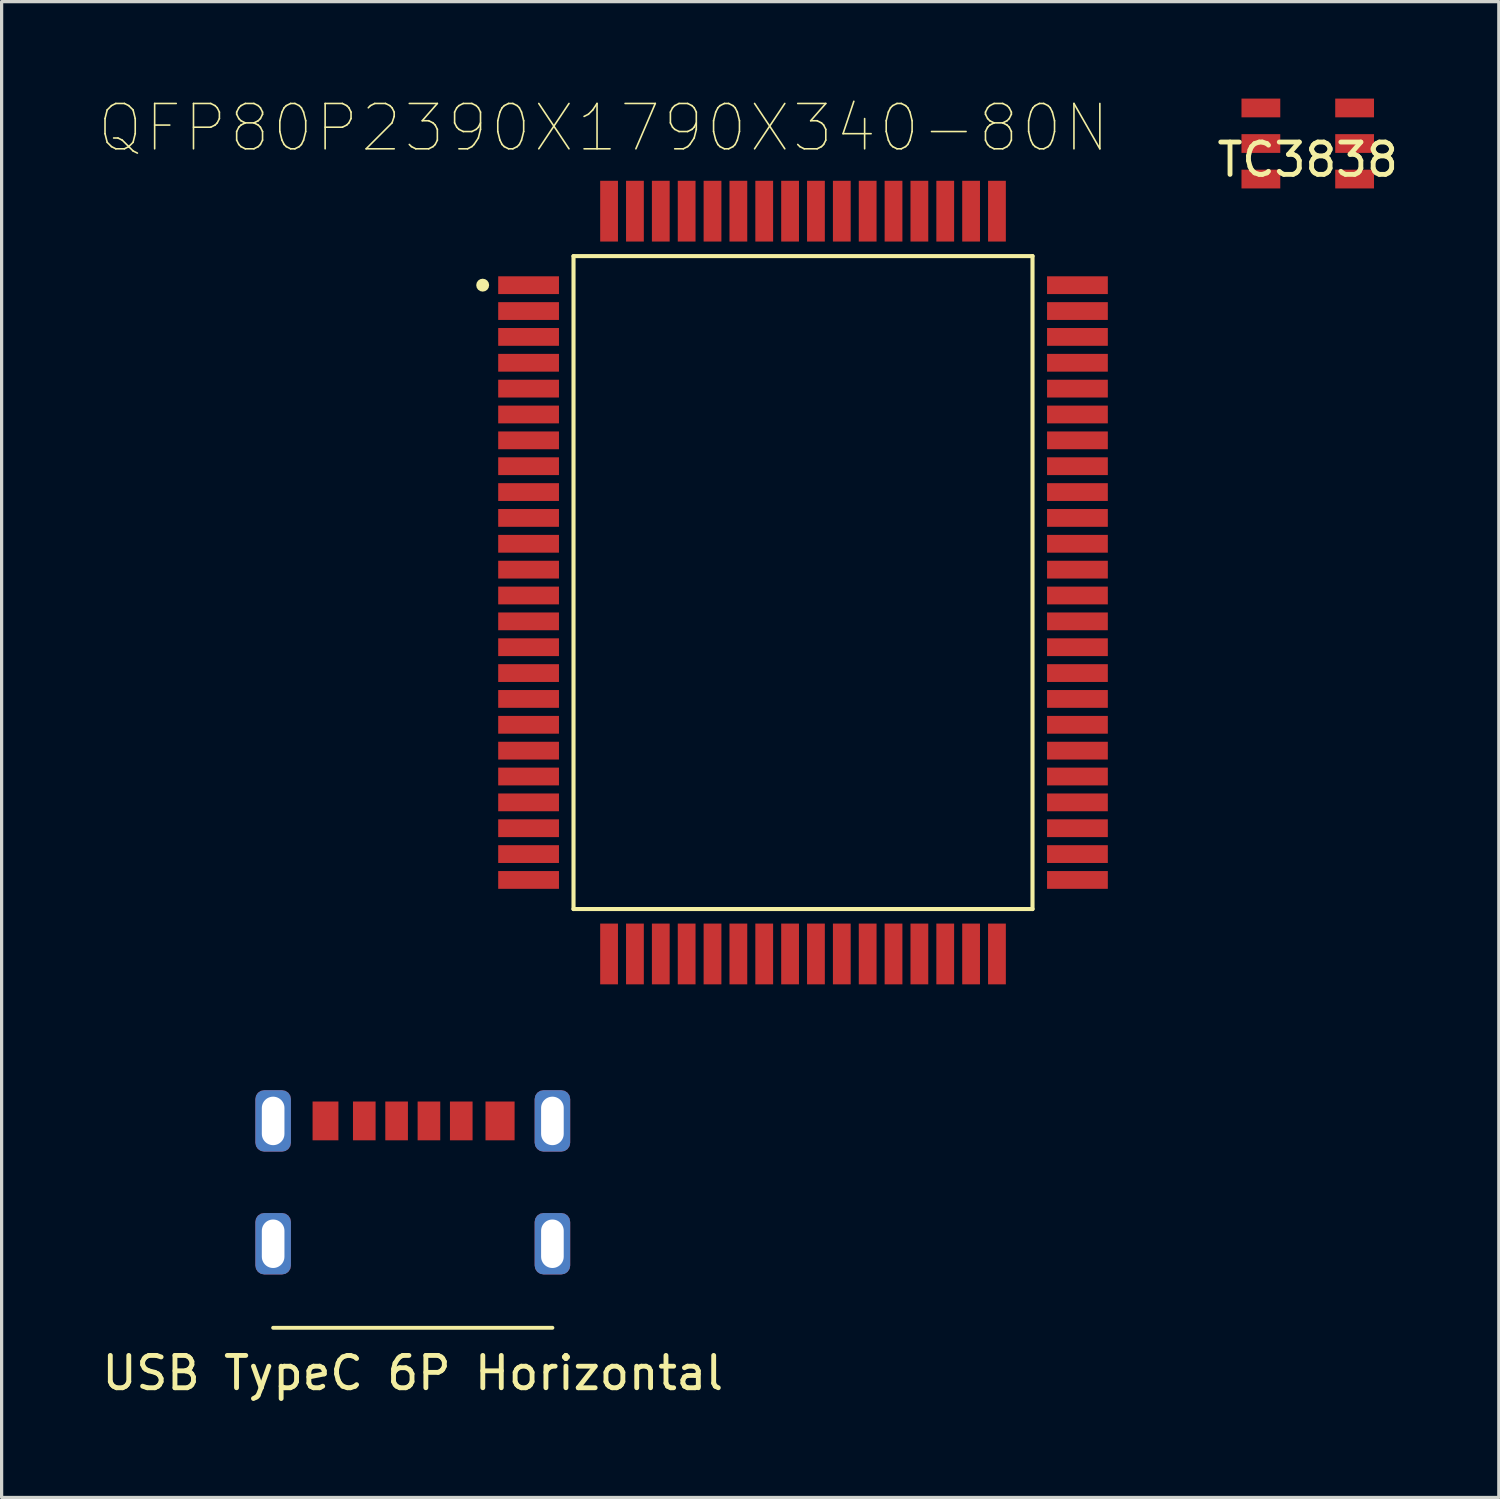
<source format=kicad_pcb>
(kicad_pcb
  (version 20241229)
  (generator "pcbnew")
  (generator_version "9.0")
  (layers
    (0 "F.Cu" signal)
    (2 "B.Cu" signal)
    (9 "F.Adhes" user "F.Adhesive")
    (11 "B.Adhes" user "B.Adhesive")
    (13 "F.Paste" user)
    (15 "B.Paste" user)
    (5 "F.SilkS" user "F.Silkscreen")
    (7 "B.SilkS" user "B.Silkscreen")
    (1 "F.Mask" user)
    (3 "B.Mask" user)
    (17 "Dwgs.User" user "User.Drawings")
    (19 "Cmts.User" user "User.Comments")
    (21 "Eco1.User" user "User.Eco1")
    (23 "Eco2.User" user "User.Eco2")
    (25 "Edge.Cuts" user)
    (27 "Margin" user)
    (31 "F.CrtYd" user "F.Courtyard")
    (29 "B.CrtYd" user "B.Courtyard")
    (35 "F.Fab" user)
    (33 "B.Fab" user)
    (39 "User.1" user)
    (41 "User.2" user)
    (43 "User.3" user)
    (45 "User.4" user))
  (footprint "TC3838"
    (layer "F.Cu")
    (at 37.408 1.39)
    (property "Reference" "TC3838" (at 0 0.5 0) (layer "F.SilkS") (effects (font (size 1 1) (thickness 0.15))))
    (attr through_hole)
    (pad "1" smd rect (at 1.45 1.1) (size 1.2 0.58) (layers "F.Cu" "F.Mask" "F.Paste"))
    (pad "2" smd rect (at 1.45 0) (size 1.2 0.58) (layers "F.Cu" "F.Mask" "F.Paste"))
    (pad "3" smd rect (at 1.45 -1.1) (size 1.2 0.58) (layers "F.Cu" "F.Mask" "F.Paste"))
    (pad "4" smd rect (at -1.45 -1.1) (size 1.2 0.58) (layers "F.Cu" "F.Mask" "F.Paste"))
    (pad "5" smd rect (at -1.45 0) (size 1.2 0.58) (layers "F.Cu" "F.Mask" "F.Paste"))
    (pad "6" smd rect (at -1.45 1.1) (size 1.2 0.58) (layers "F.Cu" "F.Mask" "F.Paste")))
  (footprint "QFP80P2390X1790X340-80N"
    (layer "F.Cu")
    (at 21.793 14.973)
    (property "Reference" "QFP80P2390X1790X340-80N" (at -6.172 -14.066 0) (layer "F.SilkS") (effects (font (size 1.402 1.402) (thickness 0.05))))
    (attr smd)
    (fp_line (start -7.1 -10.1) (end -7.1 10.1) (stroke (width 0.127) (type solid)) (layer "F.SilkS"))
    (fp_line (start -7.1 10.1) (end 7.1 10.1) (stroke (width 0.127) (type solid)) (layer "F.SilkS"))
    (fp_line (start 7.1 -10.1) (end -7.1 -10.1) (stroke (width 0.127) (type solid)) (layer "F.SilkS"))
    (fp_line (start 7.1 10.1) (end 7.1 -10.1) (stroke (width 0.127) (type solid)) (layer "F.SilkS"))
    (fp_circle (center -9.91 -9.201) (end -9.81 -9.201) (stroke (width 0.2) (type solid)) (fill no) (layer "F.SilkS"))
    (fp_line (start -9.68 -12.68) (end -9.68 12.68) (stroke (width 0.05) (type solid)) (layer "Eco1.User"))
    (fp_line (start -9.68 12.68) (end 9.68 12.68) (stroke (width 0.05) (type solid)) (layer "Eco1.User"))
    (fp_line (start 9.68 -12.68) (end -9.68 -12.68) (stroke (width 0.05) (type solid)) (layer "Eco1.User"))
    (fp_line (start 9.68 12.68) (end 9.68 -12.68) (stroke (width 0.05) (type solid)) (layer "Eco1.User"))
    (fp_line (start -7.1 -10.1) (end -7.1 10.1) (stroke (width 0.127) (type solid)) (layer "Eco2.User"))
    (fp_line (start -7.1 10.1) (end 7.1 10.1) (stroke (width 0.127) (type solid)) (layer "Eco2.User"))
    (fp_line (start 7.1 -10.1) (end -7.1 -10.1) (stroke (width 0.127) (type solid)) (layer "Eco2.User"))
    (fp_line (start 7.1 10.1) (end 7.1 -10.1) (stroke (width 0.127) (type solid)) (layer "Eco2.User"))
    (pad "1" smd rect (at -8.49 -9.2 270) (size 0.55 1.88) (layers "F.Cu" "F.Mask" "F.Paste"))
    (pad "2" smd rect (at -8.49 -8.4 270) (size 0.55 1.88) (layers "F.Cu" "F.Mask" "F.Paste"))
    (pad "3" smd rect (at -8.49 -7.6 270) (size 0.55 1.88) (layers "F.Cu" "F.Mask" "F.Paste"))
    (pad "4" smd rect (at -8.49 -6.8 270) (size 0.55 1.88) (layers "F.Cu" "F.Mask" "F.Paste"))
    (pad "5" smd rect (at -8.49 -6 270) (size 0.55 1.88) (layers "F.Cu" "F.Mask" "F.Paste"))
    (pad "6" smd rect (at -8.49 -5.2 270) (size 0.55 1.88) (layers "F.Cu" "F.Mask" "F.Paste"))
    (pad "7" smd rect (at -8.49 -4.4 270) (size 0.55 1.88) (layers "F.Cu" "F.Mask" "F.Paste"))
    (pad "8" smd rect (at -8.49 -3.6 270) (size 0.55 1.88) (layers "F.Cu" "F.Mask" "F.Paste"))
    (pad "9" smd rect (at -8.49 -2.8 270) (size 0.55 1.88) (layers "F.Cu" "F.Mask" "F.Paste"))
    (pad "10" smd rect (at -8.49 -2 270) (size 0.55 1.88) (layers "F.Cu" "F.Mask" "F.Paste"))
    (pad "11" smd rect (at -8.49 -1.2 270) (size 0.55 1.88) (layers "F.Cu" "F.Mask" "F.Paste"))
    (pad "12" smd rect (at -8.49 -0.4 270) (size 0.55 1.88) (layers "F.Cu" "F.Mask" "F.Paste"))
    (pad "13" smd rect (at -8.49 0.4 270) (size 0.55 1.88) (layers "F.Cu" "F.Mask" "F.Paste"))
    (pad "14" smd rect (at -8.49 1.2 270) (size 0.55 1.88) (layers "F.Cu" "F.Mask" "F.Paste"))
    (pad "15" smd rect (at -8.49 2 270) (size 0.55 1.88) (layers "F.Cu" "F.Mask" "F.Paste"))
    (pad "16" smd rect (at -8.49 2.8 270) (size 0.55 1.88) (layers "F.Cu" "F.Mask" "F.Paste"))
    (pad "17" smd rect (at -8.49 3.6 270) (size 0.55 1.88) (layers "F.Cu" "F.Mask" "F.Paste"))
    (pad "18" smd rect (at -8.49 4.4 270) (size 0.55 1.88) (layers "F.Cu" "F.Mask" "F.Paste"))
    (pad "19" smd rect (at -8.49 5.2 270) (size 0.55 1.88) (layers "F.Cu" "F.Mask" "F.Paste"))
    (pad "20" smd rect (at -8.49 6 270) (size 0.55 1.88) (layers "F.Cu" "F.Mask" "F.Paste"))
    (pad "21" smd rect (at -8.49 6.8 270) (size 0.55 1.88) (layers "F.Cu" "F.Mask" "F.Paste"))
    (pad "22" smd rect (at -8.49 7.6 270) (size 0.55 1.88) (layers "F.Cu" "F.Mask" "F.Paste"))
    (pad "23" smd rect (at -8.49 8.4 270) (size 0.55 1.88) (layers "F.Cu" "F.Mask" "F.Paste"))
    (pad "24" smd rect (at -8.49 9.2 270) (size 0.55 1.88) (layers "F.Cu" "F.Mask" "F.Paste"))
    (pad "25" smd rect (at -6 11.49) (size 0.55 1.88) (layers "F.Cu" "F.Mask" "F.Paste"))
    (pad "26" smd rect (at -5.2 11.49) (size 0.55 1.88) (layers "F.Cu" "F.Mask" "F.Paste"))
    (pad "27" smd rect (at -4.4 11.49) (size 0.55 1.88) (layers "F.Cu" "F.Mask" "F.Paste"))
    (pad "28" smd rect (at -3.6 11.49) (size 0.55 1.88) (layers "F.Cu" "F.Mask" "F.Paste"))
    (pad "29" smd rect (at -2.8 11.49) (size 0.55 1.88) (layers "F.Cu" "F.Mask" "F.Paste"))
    (pad "30" smd rect (at -2 11.49) (size 0.55 1.88) (layers "F.Cu" "F.Mask" "F.Paste"))
    (pad "31" smd rect (at -1.2 11.49) (size 0.55 1.88) (layers "F.Cu" "F.Mask" "F.Paste"))
    (pad "32" smd rect (at -0.4 11.49) (size 0.55 1.88) (layers "F.Cu" "F.Mask" "F.Paste"))
    (pad "33" smd rect (at 0.4 11.49) (size 0.55 1.88) (layers "F.Cu" "F.Mask" "F.Paste"))
    (pad "34" smd rect (at 1.2 11.49) (size 0.55 1.88) (layers "F.Cu" "F.Mask" "F.Paste"))
    (pad "35" smd rect (at 2 11.49) (size 0.55 1.88) (layers "F.Cu" "F.Mask" "F.Paste"))
    (pad "36" smd rect (at 2.8 11.49) (size 0.55 1.88) (layers "F.Cu" "F.Mask" "F.Paste"))
    (pad "37" smd rect (at 3.6 11.49) (size 0.55 1.88) (layers "F.Cu" "F.Mask" "F.Paste"))
    (pad "38" smd rect (at 4.4 11.49) (size 0.55 1.88) (layers "F.Cu" "F.Mask" "F.Paste"))
    (pad "39" smd rect (at 5.2 11.49) (size 0.55 1.88) (layers "F.Cu" "F.Mask" "F.Paste"))
    (pad "40" smd rect (at 6 11.49) (size 0.55 1.88) (layers "F.Cu" "F.Mask" "F.Paste"))
    (pad "41" smd rect (at 8.49 9.2 90) (size 0.55 1.88) (layers "F.Cu" "F.Mask" "F.Paste"))
    (pad "42" smd rect (at 8.49 8.4 90) (size 0.55 1.88) (layers "F.Cu" "F.Mask" "F.Paste"))
    (pad "43" smd rect (at 8.49 7.6 90) (size 0.55 1.88) (layers "F.Cu" "F.Mask" "F.Paste"))
    (pad "44" smd rect (at 8.49 6.8 90) (size 0.55 1.88) (layers "F.Cu" "F.Mask" "F.Paste"))
    (pad "45" smd rect (at 8.49 6 90) (size 0.55 1.88) (layers "F.Cu" "F.Mask" "F.Paste"))
    (pad "46" smd rect (at 8.49 5.2 90) (size 0.55 1.88) (layers "F.Cu" "F.Mask" "F.Paste"))
    (pad "47" smd rect (at 8.49 4.4 90) (size 0.55 1.88) (layers "F.Cu" "F.Mask" "F.Paste"))
    (pad "48" smd rect (at 8.49 3.6 90) (size 0.55 1.88) (layers "F.Cu" "F.Mask" "F.Paste"))
    (pad "49" smd rect (at 8.49 2.8 90) (size 0.55 1.88) (layers "F.Cu" "F.Mask" "F.Paste"))
    (pad "50" smd rect (at 8.49 2 90) (size 0.55 1.88) (layers "F.Cu" "F.Mask" "F.Paste"))
    (pad "51" smd rect (at 8.49 1.2 90) (size 0.55 1.88) (layers "F.Cu" "F.Mask" "F.Paste"))
    (pad "52" smd rect (at 8.49 0.4 90) (size 0.55 1.88) (layers "F.Cu" "F.Mask" "F.Paste"))
    (pad "53" smd rect (at 8.49 -0.4 90) (size 0.55 1.88) (layers "F.Cu" "F.Mask" "F.Paste"))
    (pad "54" smd rect (at 8.49 -1.2 90) (size 0.55 1.88) (layers "F.Cu" "F.Mask" "F.Paste"))
    (pad "55" smd rect (at 8.49 -2 90) (size 0.55 1.88) (layers "F.Cu" "F.Mask" "F.Paste"))
    (pad "56" smd rect (at 8.49 -2.8 90) (size 0.55 1.88) (layers "F.Cu" "F.Mask" "F.Paste"))
    (pad "57" smd rect (at 8.49 -3.6 90) (size 0.55 1.88) (layers "F.Cu" "F.Mask" "F.Paste"))
    (pad "58" smd rect (at 8.49 -4.4 90) (size 0.55 1.88) (layers "F.Cu" "F.Mask" "F.Paste"))
    (pad "59" smd rect (at 8.49 -5.2 90) (size 0.55 1.88) (layers "F.Cu" "F.Mask" "F.Paste"))
    (pad "60" smd rect (at 8.49 -6 90) (size 0.55 1.88) (layers "F.Cu" "F.Mask" "F.Paste"))
    (pad "61" smd rect (at 8.49 -6.8 90) (size 0.55 1.88) (layers "F.Cu" "F.Mask" "F.Paste"))
    (pad "62" smd rect (at 8.49 -7.6 90) (size 0.55 1.88) (layers "F.Cu" "F.Mask" "F.Paste"))
    (pad "63" smd rect (at 8.49 -8.4 90) (size 0.55 1.88) (layers "F.Cu" "F.Mask" "F.Paste"))
    (pad "64" smd rect (at 8.49 -9.2 90) (size 0.55 1.88) (layers "F.Cu" "F.Mask" "F.Paste"))
    (pad "65" smd rect (at 6 -11.49 180) (size 0.55 1.88) (layers "F.Cu" "F.Mask" "F.Paste"))
    (pad "66" smd rect (at 5.2 -11.49 180) (size 0.55 1.88) (layers "F.Cu" "F.Mask" "F.Paste"))
    (pad "67" smd rect (at 4.4 -11.49 180) (size 0.55 1.88) (layers "F.Cu" "F.Mask" "F.Paste"))
    (pad "68" smd rect (at 3.6 -11.49 180) (size 0.55 1.88) (layers "F.Cu" "F.Mask" "F.Paste"))
    (pad "69" smd rect (at 2.8 -11.49 180) (size 0.55 1.88) (layers "F.Cu" "F.Mask" "F.Paste"))
    (pad "70" smd rect (at 2 -11.49 180) (size 0.55 1.88) (layers "F.Cu" "F.Mask" "F.Paste"))
    (pad "71" smd rect (at 1.2 -11.49 180) (size 0.55 1.88) (layers "F.Cu" "F.Mask" "F.Paste"))
    (pad "72" smd rect (at 0.4 -11.49 180) (size 0.55 1.88) (layers "F.Cu" "F.Mask" "F.Paste"))
    (pad "73" smd rect (at -0.4 -11.49 180) (size 0.55 1.88) (layers "F.Cu" "F.Mask" "F.Paste"))
    (pad "74" smd rect (at -1.2 -11.49 180) (size 0.55 1.88) (layers "F.Cu" "F.Mask" "F.Paste"))
    (pad "75" smd rect (at -2 -11.49 180) (size 0.55 1.88) (layers "F.Cu" "F.Mask" "F.Paste"))
    (pad "76" smd rect (at -2.8 -11.49 180) (size 0.55 1.88) (layers "F.Cu" "F.Mask" "F.Paste"))
    (pad "77" smd rect (at -3.6 -11.49 180) (size 0.55 1.88) (layers "F.Cu" "F.Mask" "F.Paste"))
    (pad "78" smd rect (at -4.4 -11.49 180) (size 0.55 1.88) (layers "F.Cu" "F.Mask" "F.Paste"))
    (pad "79" smd rect (at -5.2 -11.49 180) (size 0.55 1.88) (layers "F.Cu" "F.Mask" "F.Paste"))
    (pad "80" smd rect (at -6 -11.49 180) (size 0.55 1.88) (layers "F.Cu" "F.Mask" "F.Paste")))
  (footprint "USB TypeC 6P Horizontal"
    (layer "F.Cu")
    (at 9.72 35.428)
    (property "Reference" "USB TypeC 6P Horizontal" (at 0 4 0) (layer "F.SilkS") (effects (font (size 1 1) (thickness 0.15))))
    (attr through_hole)
    (fp_line (start 4.32 2.6) (end -4.32 2.6) (stroke (width 0.12) (type solid)) (layer "F.SilkS"))
    (pad "A5" smd rect (at -0.5 -3.8) (size 0.7 1.2) (layers "F.Cu" "F.Mask" "F.Paste"))
    (pad "A9" smd rect (at 1.5 -3.8) (size 0.7 1.2) (layers "F.Cu" "F.Mask" "F.Paste"))
    (pad "A12" smd rect (at 2.7 -3.8) (size 0.9 1.2) (layers "F.Cu" "F.Mask" "F.Paste"))
    (pad "B5" smd rect (at 0.5 -3.8) (size 0.7 1.2) (layers "F.Cu" "F.Mask" "F.Paste"))
    (pad "B9" smd rect (at -1.5 -3.8) (size 0.7 1.2) (layers "F.Cu" "F.Mask" "F.Paste"))
    (pad "B12" smd rect (at -2.7 -3.8) (size 0.8 1.2) (layers "F.Cu" "F.Mask" "F.Paste"))
    (pad "Shield" thru_hole roundrect (at -4.32 -3.8) (size 1.1 1.9) (drill oval 0.7 1.5) (layers "*.Cu" "*.Mask") (roundrect_rratio 0.25))
    (pad "Shield" thru_hole roundrect (at -4.32 0) (size 1.1 1.9) (drill oval 0.7 1.5) (layers "*.Cu" "*.Mask") (roundrect_rratio 0.25))
    (pad "Shield" thru_hole roundrect (at 4.32 -3.8) (size 1.1 1.9) (drill oval 0.7 1.5) (layers "*.Cu" "*.Mask") (roundrect_rratio 0.25))
    (pad "Shield" thru_hole roundrect (at 4.32 0) (size 1.1 1.9) (drill oval 0.7 1.5) (layers "*.Cu" "*.Mask") (roundrect_rratio 0.25)))
  (gr_rect
    (start -3 -3)
    (end 43.319 43.277)
    (stroke (width 0.1) (type default))
    (fill no)
    (layer "Edge.Cuts")))
</source>
